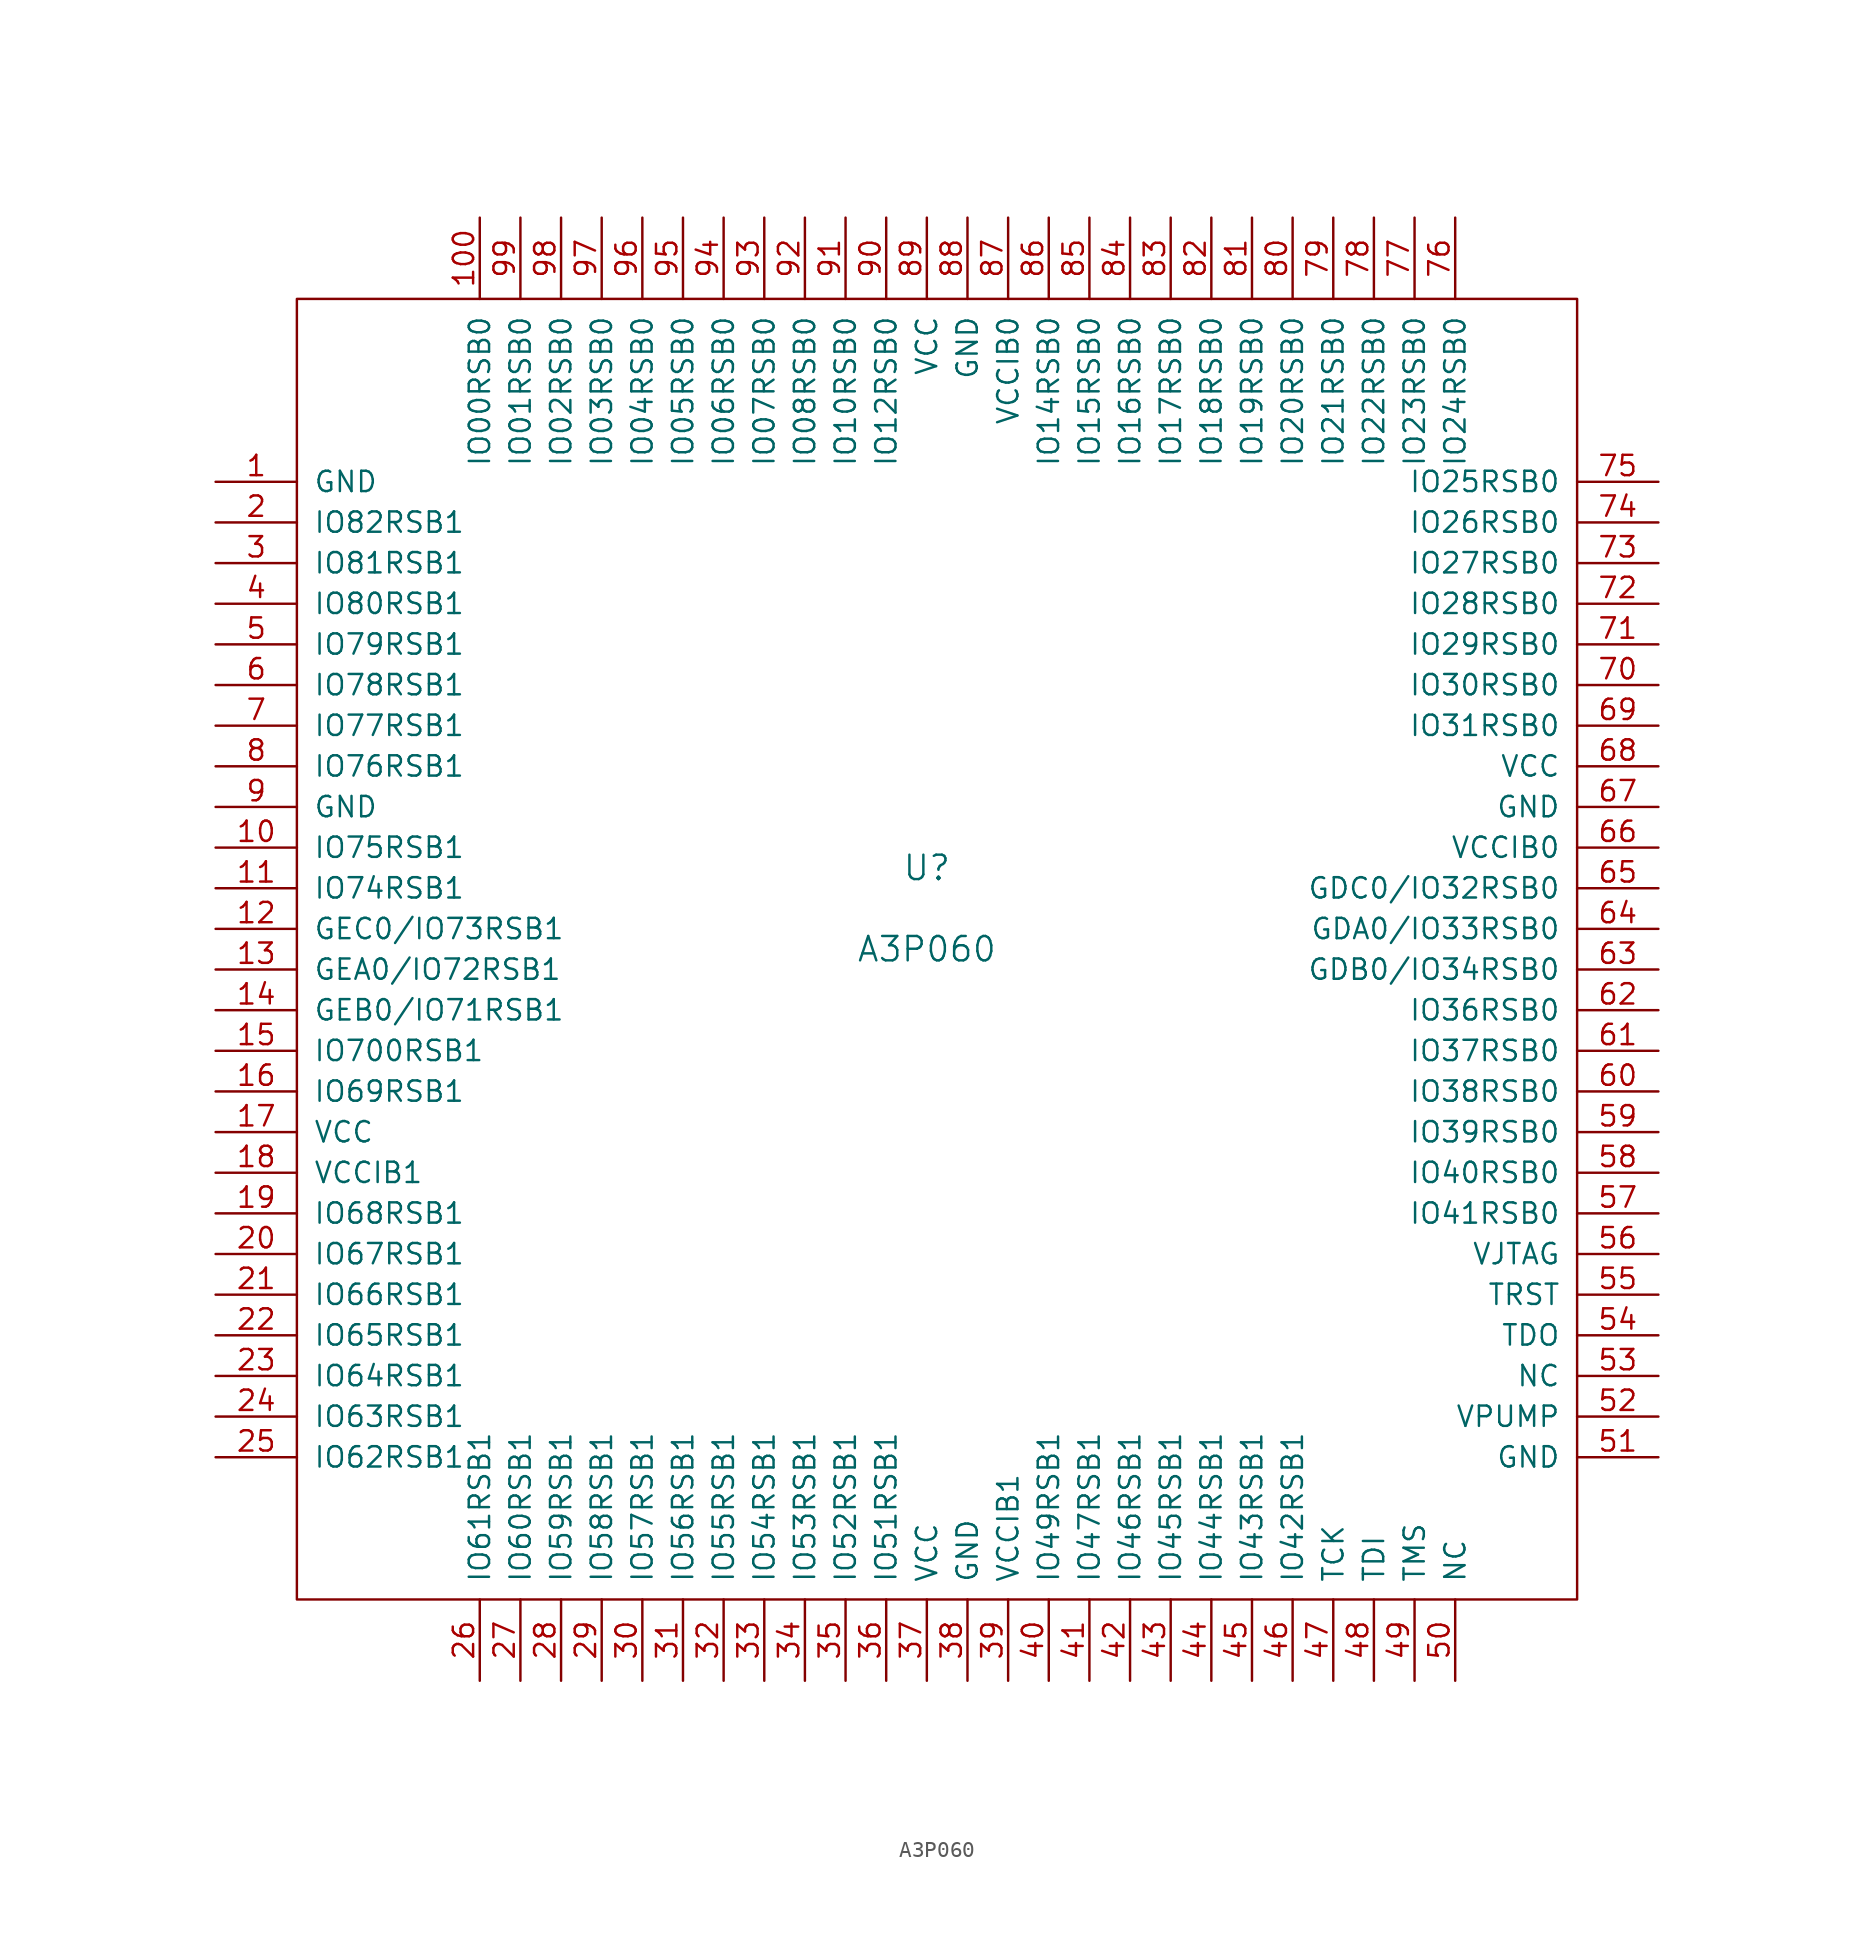
<source format=kicad_sym>
(kicad_symbol_lib
  (version 20220914)
  (generator kicad_symbol_editor)
  (symbol "A3P060"
    (pin_names
      (offset 1.016))
    (property "Reference" "U"
      (at -1.27 3.81 0)
      (effects (font (size 1.524 1.524))))
    (property "Value" "A3P060"
      (at -1.27 -1.27 0)
      (effects (font (size 1.524 1.524))))
    (property "Footprint" ""
      (at -10.16 11.43 0)
      (effects (font (size 1.524 1.524))))
    (property "Datasheet" ""
      (at -10.16 11.43 0)
      (effects (font (size 1.524 1.524))))
    (symbol "A3P060_0_1"
      (rectangle (start -40.64 39.37) (end 39.37 -41.91) (stroke (width 0) (type default)) (fill (type none))))
    (symbol "A3P060_1_1"
      (pin input line (at -45.72 27.94 0) (length 5.08) (name "GND" (effects (font (size 1.27 1.27)))) (number "1" (effects (font (size 1.27 1.27)))))
      (pin input line (at -45.72 5.08 0) (length 5.08) (name "IO75RSB1" (effects (font (size 1.27 1.27)))) (number "10" (effects (font (size 1.27 1.27)))))
      (pin input line (at -29.21 44.45 270) (length 5.08) (name "IO00RSB0" (effects (font (size 1.27 1.27)))) (number "100" (effects (font (size 1.27 1.27)))))
      (pin input line (at -45.72 2.54 0) (length 5.08) (name "IO74RSB1" (effects (font (size 1.27 1.27)))) (number "11" (effects (font (size 1.27 1.27)))))
      (pin input line (at -45.72 0 0) (length 5.08) (name "GEC0/IO73RSB1" (effects (font (size 1.27 1.27)))) (number "12" (effects (font (size 1.27 1.27)))))
      (pin input line (at -45.72 -2.54 0) (length 5.08) (name "GEA0/IO72RSB1" (effects (font (size 1.27 1.27)))) (number "13" (effects (font (size 1.27 1.27)))))
      (pin input line (at -45.72 -5.08 0) (length 5.08) (name "GEB0/IO71RSB1" (effects (font (size 1.27 1.27)))) (number "14" (effects (font (size 1.27 1.27)))))
      (pin input line (at -45.72 -7.62 0) (length 5.08) (name "IO700RSB1" (effects (font (size 1.27 1.27)))) (number "15" (effects (font (size 1.27 1.27)))))
      (pin input line (at -45.72 -10.16 0) (length 5.08) (name "IO69RSB1" (effects (font (size 1.27 1.27)))) (number "16" (effects (font (size 1.27 1.27)))))
      (pin input line (at -45.72 -12.7 0) (length 5.08) (name "VCC" (effects (font (size 1.27 1.27)))) (number "17" (effects (font (size 1.27 1.27)))))
      (pin input line (at -45.72 -15.24 0) (length 5.08) (name "VCCIB1" (effects (font (size 1.27 1.27)))) (number "18" (effects (font (size 1.27 1.27)))))
      (pin input line (at -45.72 -17.78 0) (length 5.08) (name "IO68RSB1" (effects (font (size 1.27 1.27)))) (number "19" (effects (font (size 1.27 1.27)))))
      (pin input line (at -45.72 25.4 0) (length 5.08) (name "IO82RSB1" (effects (font (size 1.27 1.27)))) (number "2" (effects (font (size 1.27 1.27)))))
      (pin input line (at -45.72 -20.32 0) (length 5.08) (name "IO67RSB1" (effects (font (size 1.27 1.27)))) (number "20" (effects (font (size 1.27 1.27)))))
      (pin input line (at -45.72 -22.86 0) (length 5.08) (name "IO66RSB1" (effects (font (size 1.27 1.27)))) (number "21" (effects (font (size 1.27 1.27)))))
      (pin input line (at -45.72 -25.4 0) (length 5.08) (name "IO65RSB1" (effects (font (size 1.27 1.27)))) (number "22" (effects (font (size 1.27 1.27)))))
      (pin input line (at -45.72 -27.94 0) (length 5.08) (name "IO64RSB1" (effects (font (size 1.27 1.27)))) (number "23" (effects (font (size 1.27 1.27)))))
      (pin input line (at -45.72 -30.48 0) (length 5.08) (name "IO63RSB1" (effects (font (size 1.27 1.27)))) (number "24" (effects (font (size 1.27 1.27)))))
      (pin input line (at -45.72 -33.02 0) (length 5.08) (name "IO62RSB1" (effects (font (size 1.27 1.27)))) (number "25" (effects (font (size 1.27 1.27)))))
      (pin input line (at -29.21 -46.99 90) (length 5.08) (name "IO61RSB1" (effects (font (size 1.27 1.27)))) (number "26" (effects (font (size 1.27 1.27)))))
      (pin input line (at -26.67 -46.99 90) (length 5.08) (name "IO60RSB1" (effects (font (size 1.27 1.27)))) (number "27" (effects (font (size 1.27 1.27)))))
      (pin input line (at -24.13 -46.99 90) (length 5.08) (name "IO59RSB1" (effects (font (size 1.27 1.27)))) (number "28" (effects (font (size 1.27 1.27)))))
      (pin input line (at -21.59 -46.99 90) (length 5.08) (name "IO58RSB1" (effects (font (size 1.27 1.27)))) (number "29" (effects (font (size 1.27 1.27)))))
      (pin input line (at -45.72 22.86 0) (length 5.08) (name "IO81RSB1" (effects (font (size 1.27 1.27)))) (number "3" (effects (font (size 1.27 1.27)))))
      (pin input line (at -19.05 -46.99 90) (length 5.08) (name "IO57RSB1" (effects (font (size 1.27 1.27)))) (number "30" (effects (font (size 1.27 1.27)))))
      (pin input line (at -16.51 -46.99 90) (length 5.08) (name "IO56RSB1" (effects (font (size 1.27 1.27)))) (number "31" (effects (font (size 1.27 1.27)))))
      (pin input line (at -13.97 -46.99 90) (length 5.08) (name "IO55RSB1" (effects (font (size 1.27 1.27)))) (number "32" (effects (font (size 1.27 1.27)))))
      (pin input line (at -11.43 -46.99 90) (length 5.08) (name "IO54RSB1" (effects (font (size 1.27 1.27)))) (number "33" (effects (font (size 1.27 1.27)))))
      (pin input line (at -8.89 -46.99 90) (length 5.08) (name "IO53RSB1" (effects (font (size 1.27 1.27)))) (number "34" (effects (font (size 1.27 1.27)))))
      (pin input line (at -6.35 -46.99 90) (length 5.08) (name "IO52RSB1" (effects (font (size 1.27 1.27)))) (number "35" (effects (font (size 1.27 1.27)))))
      (pin input line (at -3.81 -46.99 90) (length 5.08) (name "IO51RSB1" (effects (font (size 1.27 1.27)))) (number "36" (effects (font (size 1.27 1.27)))))
      (pin input line (at -1.27 -46.99 90) (length 5.08) (name "VCC" (effects (font (size 1.27 1.27)))) (number "37" (effects (font (size 1.27 1.27)))))
      (pin input line (at 1.27 -46.99 90) (length 5.08) (name "GND" (effects (font (size 1.27 1.27)))) (number "38" (effects (font (size 1.27 1.27)))))
      (pin input line (at 3.81 -46.99 90) (length 5.08) (name "VCCIB1" (effects (font (size 1.27 1.27)))) (number "39" (effects (font (size 1.27 1.27)))))
      (pin input line (at -45.72 20.32 0) (length 5.08) (name "IO80RSB1" (effects (font (size 1.27 1.27)))) (number "4" (effects (font (size 1.27 1.27)))))
      (pin input line (at 6.35 -46.99 90) (length 5.08) (name "IO49RSB1" (effects (font (size 1.27 1.27)))) (number "40" (effects (font (size 1.27 1.27)))))
      (pin input line (at 8.89 -46.99 90) (length 5.08) (name "IO47RSB1" (effects (font (size 1.27 1.27)))) (number "41" (effects (font (size 1.27 1.27)))))
      (pin input line (at 11.43 -46.99 90) (length 5.08) (name "IO46RSB1" (effects (font (size 1.27 1.27)))) (number "42" (effects (font (size 1.27 1.27)))))
      (pin input line (at 13.97 -46.99 90) (length 5.08) (name "IO45RSB1" (effects (font (size 1.27 1.27)))) (number "43" (effects (font (size 1.27 1.27)))))
      (pin input line (at 16.51 -46.99 90) (length 5.08) (name "IO44RSB1" (effects (font (size 1.27 1.27)))) (number "44" (effects (font (size 1.27 1.27)))))
      (pin input line (at 19.05 -46.99 90) (length 5.08) (name "IO43RSB1" (effects (font (size 1.27 1.27)))) (number "45" (effects (font (size 1.27 1.27)))))
      (pin input line (at 21.59 -46.99 90) (length 5.08) (name "IO42RSB1" (effects (font (size 1.27 1.27)))) (number "46" (effects (font (size 1.27 1.27)))))
      (pin input line (at 24.13 -46.99 90) (length 5.08) (name "TCK" (effects (font (size 1.27 1.27)))) (number "47" (effects (font (size 1.27 1.27)))))
      (pin input line (at 26.67 -46.99 90) (length 5.08) (name "TDI" (effects (font (size 1.27 1.27)))) (number "48" (effects (font (size 1.27 1.27)))))
      (pin input line (at 29.21 -46.99 90) (length 5.08) (name "TMS" (effects (font (size 1.27 1.27)))) (number "49" (effects (font (size 1.27 1.27)))))
      (pin input line (at -45.72 17.78 0) (length 5.08) (name "IO79RSB1" (effects (font (size 1.27 1.27)))) (number "5" (effects (font (size 1.27 1.27)))))
      (pin input line (at 31.75 -46.99 90) (length 5.08) (name "NC" (effects (font (size 1.27 1.27)))) (number "50" (effects (font (size 1.27 1.27)))))
      (pin input line (at 44.45 -33.02 180) (length 5.08) (name "GND" (effects (font (size 1.27 1.27)))) (number "51" (effects (font (size 1.27 1.27)))))
      (pin input line (at 44.45 -30.48 180) (length 5.08) (name "VPUMP" (effects (font (size 1.27 1.27)))) (number "52" (effects (font (size 1.27 1.27)))))
      (pin input line (at 44.45 -27.94 180) (length 5.08) (name "NC" (effects (font (size 1.27 1.27)))) (number "53" (effects (font (size 1.27 1.27)))))
      (pin input line (at 44.45 -25.4 180) (length 5.08) (name "TDO" (effects (font (size 1.27 1.27)))) (number "54" (effects (font (size 1.27 1.27)))))
      (pin input line (at 44.45 -22.86 180) (length 5.08) (name "TRST" (effects (font (size 1.27 1.27)))) (number "55" (effects (font (size 1.27 1.27)))))
      (pin input line (at 44.45 -20.32 180) (length 5.08) (name "VJTAG" (effects (font (size 1.27 1.27)))) (number "56" (effects (font (size 1.27 1.27)))))
      (pin input line (at 44.45 -17.78 180) (length 5.08) (name "IO41RSB0" (effects (font (size 1.27 1.27)))) (number "57" (effects (font (size 1.27 1.27)))))
      (pin input line (at 44.45 -15.24 180) (length 5.08) (name "IO40RSB0" (effects (font (size 1.27 1.27)))) (number "58" (effects (font (size 1.27 1.27)))))
      (pin input line (at 44.45 -12.7 180) (length 5.08) (name "IO39RSB0" (effects (font (size 1.27 1.27)))) (number "59" (effects (font (size 1.27 1.27)))))
      (pin input line (at -45.72 15.24 0) (length 5.08) (name "IO78RSB1" (effects (font (size 1.27 1.27)))) (number "6" (effects (font (size 1.27 1.27)))))
      (pin input line (at 44.45 -10.16 180) (length 5.08) (name "IO38RSB0" (effects (font (size 1.27 1.27)))) (number "60" (effects (font (size 1.27 1.27)))))
      (pin input line (at 44.45 -7.62 180) (length 5.08) (name "IO37RSB0" (effects (font (size 1.27 1.27)))) (number "61" (effects (font (size 1.27 1.27)))))
      (pin input line (at 44.45 -5.08 180) (length 5.08) (name "IO36RSB0" (effects (font (size 1.27 1.27)))) (number "62" (effects (font (size 1.27 1.27)))))
      (pin input line (at 44.45 -2.54 180) (length 5.08) (name "GDB0/IO34RSB0" (effects (font (size 1.27 1.27)))) (number "63" (effects (font (size 1.27 1.27)))))
      (pin input line (at 44.45 0 180) (length 5.08) (name "GDA0/IO33RSB0" (effects (font (size 1.27 1.27)))) (number "64" (effects (font (size 1.27 1.27)))))
      (pin input line (at 44.45 2.54 180) (length 5.08) (name "GDC0/IO32RSB0" (effects (font (size 1.27 1.27)))) (number "65" (effects (font (size 1.27 1.27)))))
      (pin input line (at 44.45 5.08 180) (length 5.08) (name "VCCIB0" (effects (font (size 1.27 1.27)))) (number "66" (effects (font (size 1.27 1.27)))))
      (pin input line (at 44.45 7.62 180) (length 5.08) (name "GND" (effects (font (size 1.27 1.27)))) (number "67" (effects (font (size 1.27 1.27)))))
      (pin input line (at 44.45 10.16 180) (length 5.08) (name "VCC" (effects (font (size 1.27 1.27)))) (number "68" (effects (font (size 1.27 1.27)))))
      (pin input line (at 44.45 12.7 180) (length 5.08) (name "IO31RSB0" (effects (font (size 1.27 1.27)))) (number "69" (effects (font (size 1.27 1.27)))))
      (pin input line (at -45.72 12.7 0) (length 5.08) (name "IO77RSB1" (effects (font (size 1.27 1.27)))) (number "7" (effects (font (size 1.27 1.27)))))
      (pin input line (at 44.45 15.24 180) (length 5.08) (name "IO30RSB0" (effects (font (size 1.27 1.27)))) (number "70" (effects (font (size 1.27 1.27)))))
      (pin input line (at 44.45 17.78 180) (length 5.08) (name "IO29RSB0" (effects (font (size 1.27 1.27)))) (number "71" (effects (font (size 1.27 1.27)))))
      (pin input line (at 44.45 20.32 180) (length 5.08) (name "IO28RSB0" (effects (font (size 1.27 1.27)))) (number "72" (effects (font (size 1.27 1.27)))))
      (pin input line (at 44.45 22.86 180) (length 5.08) (name "IO27RSB0" (effects (font (size 1.27 1.27)))) (number "73" (effects (font (size 1.27 1.27)))))
      (pin input line (at 44.45 25.4 180) (length 5.08) (name "IO26RSB0" (effects (font (size 1.27 1.27)))) (number "74" (effects (font (size 1.27 1.27)))))
      (pin input line (at 44.45 27.94 180) (length 5.08) (name "IO25RSB0" (effects (font (size 1.27 1.27)))) (number "75" (effects (font (size 1.27 1.27)))))
      (pin input line (at 31.75 44.45 270) (length 5.08) (name "IO24RSB0" (effects (font (size 1.27 1.27)))) (number "76" (effects (font (size 1.27 1.27)))))
      (pin input line (at 29.21 44.45 270) (length 5.08) (name "IO23RSB0" (effects (font (size 1.27 1.27)))) (number "77" (effects (font (size 1.27 1.27)))))
      (pin input line (at 26.67 44.45 270) (length 5.08) (name "IO22RSB0" (effects (font (size 1.27 1.27)))) (number "78" (effects (font (size 1.27 1.27)))))
      (pin input line (at 24.13 44.45 270) (length 5.08) (name "IO21RSB0" (effects (font (size 1.27 1.27)))) (number "79" (effects (font (size 1.27 1.27)))))
      (pin input line (at -45.72 10.16 0) (length 5.08) (name "IO76RSB1" (effects (font (size 1.27 1.27)))) (number "8" (effects (font (size 1.27 1.27)))))
      (pin input line (at 21.59 44.45 270) (length 5.08) (name "IO20RSB0" (effects (font (size 1.27 1.27)))) (number "80" (effects (font (size 1.27 1.27)))))
      (pin input line (at 19.05 44.45 270) (length 5.08) (name "IO19RSB0" (effects (font (size 1.27 1.27)))) (number "81" (effects (font (size 1.27 1.27)))))
      (pin input line (at 16.51 44.45 270) (length 5.08) (name "IO18RSB0" (effects (font (size 1.27 1.27)))) (number "82" (effects (font (size 1.27 1.27)))))
      (pin input line (at 13.97 44.45 270) (length 5.08) (name "IO17RSB0" (effects (font (size 1.27 1.27)))) (number "83" (effects (font (size 1.27 1.27)))))
      (pin input line (at 11.43 44.45 270) (length 5.08) (name "IO16RSB0" (effects (font (size 1.27 1.27)))) (number "84" (effects (font (size 1.27 1.27)))))
      (pin input line (at 8.89 44.45 270) (length 5.08) (name "IO15RSB0" (effects (font (size 1.27 1.27)))) (number "85" (effects (font (size 1.27 1.27)))))
      (pin input line (at 6.35 44.45 270) (length 5.08) (name "IO14RSB0" (effects (font (size 1.27 1.27)))) (number "86" (effects (font (size 1.27 1.27)))))
      (pin input line (at 3.81 44.45 270) (length 5.08) (name "VCCIB0" (effects (font (size 1.27 1.27)))) (number "87" (effects (font (size 1.27 1.27)))))
      (pin input line (at 1.27 44.45 270) (length 5.08) (name "GND" (effects (font (size 1.27 1.27)))) (number "88" (effects (font (size 1.27 1.27)))))
      (pin input line (at -1.27 44.45 270) (length 5.08) (name "VCC" (effects (font (size 1.27 1.27)))) (number "89" (effects (font (size 1.27 1.27)))))
      (pin input line (at -45.72 7.62 0) (length 5.08) (name "GND" (effects (font (size 1.27 1.27)))) (number "9" (effects (font (size 1.27 1.27)))))
      (pin input line (at -3.81 44.45 270) (length 5.08) (name "IO12RSB0" (effects (font (size 1.27 1.27)))) (number "90" (effects (font (size 1.27 1.27)))))
      (pin input line (at -6.35 44.45 270) (length 5.08) (name "IO10RSB0" (effects (font (size 1.27 1.27)))) (number "91" (effects (font (size 1.27 1.27)))))
      (pin input line (at -8.89 44.45 270) (length 5.08) (name "IO08RSB0" (effects (font (size 1.27 1.27)))) (number "92" (effects (font (size 1.27 1.27)))))
      (pin input line (at -11.43 44.45 270) (length 5.08) (name "IO07RSB0" (effects (font (size 1.27 1.27)))) (number "93" (effects (font (size 1.27 1.27)))))
      (pin input line (at -13.97 44.45 270) (length 5.08) (name "IO06RSB0" (effects (font (size 1.27 1.27)))) (number "94" (effects (font (size 1.27 1.27)))))
      (pin input line (at -16.51 44.45 270) (length 5.08) (name "IO05RSB0" (effects (font (size 1.27 1.27)))) (number "95" (effects (font (size 1.27 1.27)))))
      (pin input line (at -19.05 44.45 270) (length 5.08) (name "IO04RSB0" (effects (font (size 1.27 1.27)))) (number "96" (effects (font (size 1.27 1.27)))))
      (pin input line (at -21.59 44.45 270) (length 5.08) (name "IO03RSB0" (effects (font (size 1.27 1.27)))) (number "97" (effects (font (size 1.27 1.27)))))
      (pin input line (at -24.13 44.45 270) (length 5.08) (name "IO02RSB0" (effects (font (size 1.27 1.27)))) (number "98" (effects (font (size 1.27 1.27)))))
      (pin input line (at -26.67 44.45 270) (length 5.08) (name "IO01RSB0" (effects (font (size 1.27 1.27)))) (number "99" (effects (font (size 1.27 1.27))))))))
</source>
